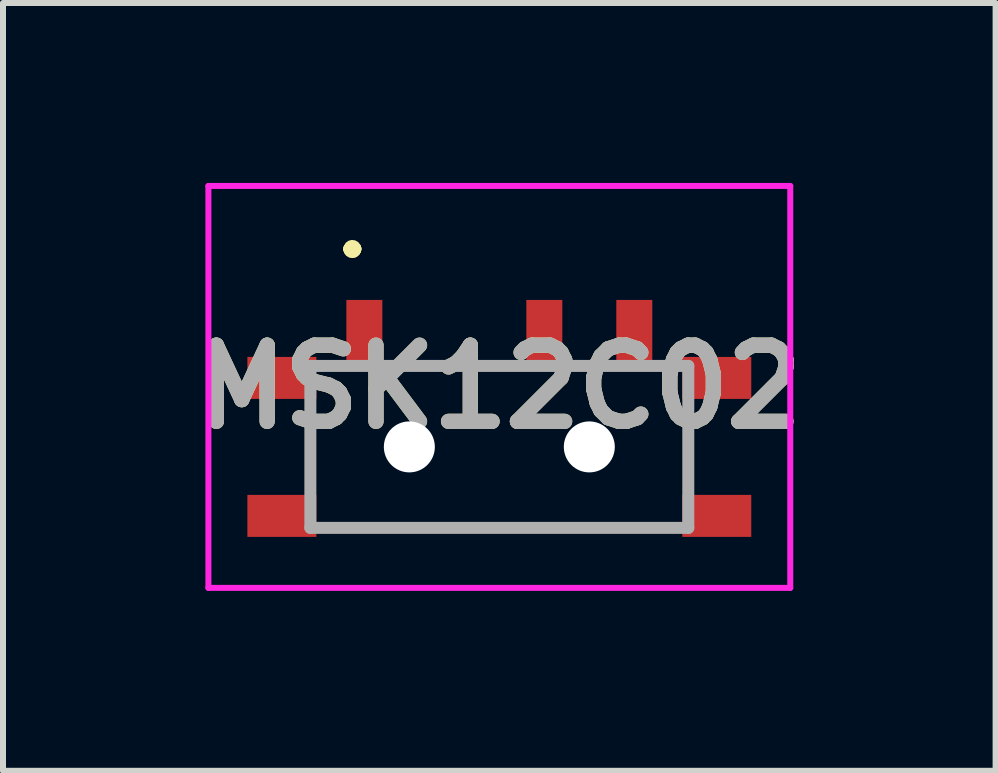
<source format=kicad_pcb>
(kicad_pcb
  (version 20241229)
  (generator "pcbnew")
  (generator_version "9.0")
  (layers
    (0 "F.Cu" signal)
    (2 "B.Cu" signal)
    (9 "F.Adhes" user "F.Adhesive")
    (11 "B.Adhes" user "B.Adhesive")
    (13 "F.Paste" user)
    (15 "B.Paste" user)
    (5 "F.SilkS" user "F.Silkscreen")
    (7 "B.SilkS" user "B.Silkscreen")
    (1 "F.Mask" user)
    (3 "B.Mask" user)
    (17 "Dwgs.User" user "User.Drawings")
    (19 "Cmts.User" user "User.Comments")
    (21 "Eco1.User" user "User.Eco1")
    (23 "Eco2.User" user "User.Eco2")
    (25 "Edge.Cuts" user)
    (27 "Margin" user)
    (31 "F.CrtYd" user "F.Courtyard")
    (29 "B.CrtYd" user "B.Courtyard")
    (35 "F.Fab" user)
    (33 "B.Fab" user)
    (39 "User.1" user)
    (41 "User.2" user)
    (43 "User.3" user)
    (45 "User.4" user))
  (footprint "MSK12C02"
    (layer "F.Cu")
    (at 5.274 4.4)
    (property "Reference" "MSK12C02" (at 0 -1 0) (layer "F.SilkS") (effects (font (size 1.27 1.27) (thickness 0.254))))
    (attr through_hole)
    (fp_line (start -3.15 -0.25) (end -3.15 -0.25) (stroke (width 0.1) (type solid)) (layer "F.SilkS"))
    (fp_line (start -3.15 -0.25) (end -3.15 0.25) (stroke (width 0.1) (type solid)) (layer "F.SilkS"))
    (fp_line (start -3.15 0.25) (end -3.15 -0.25) (stroke (width 0.1) (type solid)) (layer "F.SilkS"))
    (fp_line (start -3.15 0.25) (end -3.15 0.25) (stroke (width 0.1) (type solid)) (layer "F.SilkS"))
    (fp_line (start -2.5 -3.3) (end -2.5 -3.3) (stroke (width 0.2) (type solid)) (layer "F.SilkS"))
    (fp_line (start -2.5 -3.3) (end -2.5 -3.3) (stroke (width 0.2) (type solid)) (layer "F.SilkS"))
    (fp_line (start -2.5 1.35) (end -2.5 1.35) (stroke (width 0.1) (type solid)) (layer "F.SilkS"))
    (fp_line (start -2.5 1.35) (end 2.5 1.35) (stroke (width 0.1) (type solid)) (layer "F.SilkS"))
    (fp_line (start -2.4 -3.3) (end -2.4 -3.3) (stroke (width 0.2) (type solid)) (layer "F.SilkS"))
    (fp_line (start -1.25 -1.35) (end -1.25 -1.35) (stroke (width 0.1) (type solid)) (layer "F.SilkS"))
    (fp_line (start -1.25 -1.35) (end -0.25 -1.35) (stroke (width 0.1) (type solid)) (layer "F.SilkS"))
    (fp_line (start -0.25 -1.35) (end -1.25 -1.35) (stroke (width 0.1) (type solid)) (layer "F.SilkS"))
    (fp_line (start -0.25 -1.35) (end -0.25 -1.35) (stroke (width 0.1) (type solid)) (layer "F.SilkS"))
    (fp_line (start 2.5 1.35) (end -2.5 1.35) (stroke (width 0.1) (type solid)) (layer "F.SilkS"))
    (fp_line (start 2.5 1.35) (end 2.5 1.35) (stroke (width 0.1) (type solid)) (layer "F.SilkS"))
    (fp_line (start 3.15 -0.25) (end 3.15 -0.25) (stroke (width 0.1) (type solid)) (layer "F.SilkS"))
    (fp_line (start 3.15 -0.25) (end 3.15 0.25) (stroke (width 0.1) (type solid)) (layer "F.SilkS"))
    (fp_line (start 3.15 0.25) (end 3.15 -0.25) (stroke (width 0.1) (type solid)) (layer "F.SilkS"))
    (fp_line (start 3.15 0.25) (end 3.15 0.25) (stroke (width 0.1) (type solid)) (layer "F.SilkS"))
    (fp_arc (start -2.5 -3.3) (mid -2.45 -3.35) (end -2.4 -3.3) (stroke (width 0.2) (type solid)) (layer "F.SilkS"))
    (fp_arc (start -2.4 -3.3) (mid -2.45 -3.25) (end -2.5 -3.3) (stroke (width 0.2) (type solid)) (layer "F.SilkS"))
    (fp_arc (start -2.4 -3.3) (mid -2.45 -3.25) (end -2.5 -3.3) (stroke (width 0.2) (type solid)) (layer "F.SilkS"))
    (fp_line (start -4.85 -4.35) (end 4.85 -4.35) (stroke (width 0.1) (type solid)) (layer "F.CrtYd"))
    (fp_line (start -4.85 2.35) (end -4.85 -4.35) (stroke (width 0.1) (type solid)) (layer "F.CrtYd"))
    (fp_line (start 4.85 -4.35) (end 4.85 2.35) (stroke (width 0.1) (type solid)) (layer "F.CrtYd"))
    (fp_line (start 4.85 2.35) (end -4.85 2.35) (stroke (width 0.1) (type solid)) (layer "F.CrtYd"))
    (fp_line (start -3.15 -1.35) (end -3.15 1.35) (stroke (width 0.2) (type solid)) (layer "F.Fab"))
    (fp_line (start -3.15 1.35) (end 3.15 1.35) (stroke (width 0.2) (type solid)) (layer "F.Fab"))
    (fp_line (start 3.15 -1.35) (end -3.15 -1.35) (stroke (width 0.2) (type solid)) (layer "F.Fab"))
    (fp_line (start 3.15 1.35) (end 3.15 -1.35) (stroke (width 0.2) (type solid)) (layer "F.Fab"))
    (fp_text user "${REFERENCE}" (at 0 -1 0) (layer "F.Fab") (effects (font (size 1.27 1.27) (thickness 0.254))))
    (pad "" np_thru_hole circle (at -1.5 0) (size 0.85 0.85) (drill 0.85) (layers "*.Cu" "*.Mask"))
    (pad "" np_thru_hole circle (at 1.5 0) (size 0.85 0.85) (drill 0.85) (layers "*.Cu" "*.Mask"))
    (pad "1" smd rect (at -2.25 -1.9) (size 0.6 1.1) (layers "F.Cu" "F.Mask" "F.Paste"))
    (pad "2" smd rect (at 0.75 -1.9) (size 0.6 1.1) (layers "F.Cu" "F.Mask" "F.Paste"))
    (pad "3" smd rect (at 2.25 -1.9) (size 0.6 1.1) (layers "F.Cu" "F.Mask" "F.Paste"))
    (pad "4" smd rect (at -3.625 -1.15 90) (size 0.7 1.15) (layers "F.Cu" "F.Mask" "F.Paste"))
    (pad "4" smd rect (at -3.625 1.15 90) (size 0.7 1.15) (layers "F.Cu" "F.Mask" "F.Paste"))
    (pad "4" smd rect (at 3.625 -1.15 90) (size 0.7 1.15) (layers "F.Cu" "F.Mask" "F.Paste"))
    (pad "4" smd rect (at 3.625 1.15 90) (size 0.7 1.15) (layers "F.Cu" "F.Mask" "F.Paste")))
  (gr_rect
    (start -3 -3)
    (end 13.547 9.8)
    (stroke (width 0.1) (type default))
    (fill no)
    (layer "Edge.Cuts")))
</source>
